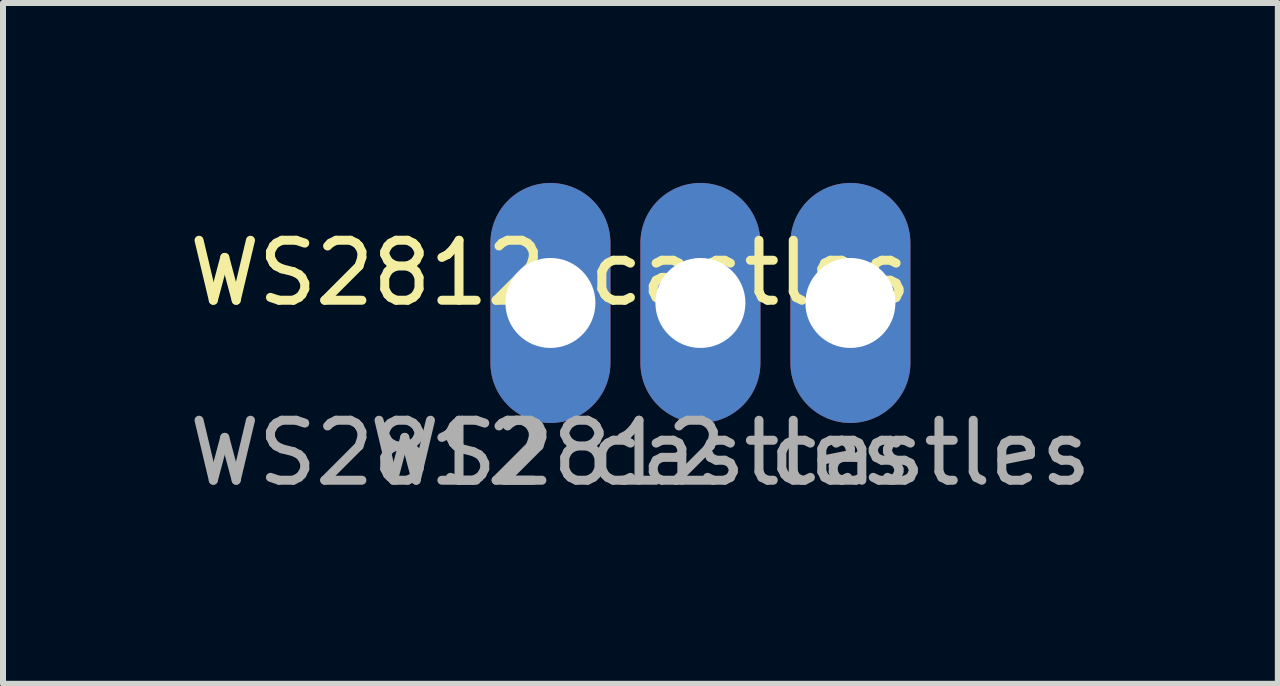
<source format=kicad_pcb>
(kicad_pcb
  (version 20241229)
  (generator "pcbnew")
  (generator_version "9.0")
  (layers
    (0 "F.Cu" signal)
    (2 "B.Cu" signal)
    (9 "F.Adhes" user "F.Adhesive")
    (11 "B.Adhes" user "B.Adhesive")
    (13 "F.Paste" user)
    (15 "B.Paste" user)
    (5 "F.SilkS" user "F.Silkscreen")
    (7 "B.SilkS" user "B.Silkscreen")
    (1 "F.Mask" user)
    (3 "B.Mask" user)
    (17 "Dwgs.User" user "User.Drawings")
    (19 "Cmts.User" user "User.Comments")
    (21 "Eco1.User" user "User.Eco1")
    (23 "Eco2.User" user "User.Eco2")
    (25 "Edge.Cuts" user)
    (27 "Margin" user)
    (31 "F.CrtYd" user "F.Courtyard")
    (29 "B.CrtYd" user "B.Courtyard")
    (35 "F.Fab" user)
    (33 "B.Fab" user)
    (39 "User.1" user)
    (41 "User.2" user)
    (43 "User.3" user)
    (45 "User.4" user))
  (footprint "WS2812 castles"
    (layer "F.Cu")
    (at 6.125 2)
    (property "Reference" "WS2812 castles" (at 0 -0.5 0) (unlocked yes) (layer "F.SilkS") (effects (font (size 1 1) (thickness 0.15))))
    (attr through_hole)
    (fp_text user "${REFERENCE}" (at 0 2.5 0) (unlocked yes) (layer "F.Fab") (effects (font (size 1 1) (thickness 0.15))))
    (fp_text user "${REFERENCE}" (at 3 2.5 0) (unlocked yes) (layer "F.Fab") (effects (font (size 1 1) (thickness 0.15))))
    (pad "1" thru_hole oval (at 0 0) (size 2 4) (drill 1.5) (layers "*.Cu" "*.Mask" "B.Paste"))
    (pad "2" thru_hole oval (at 2.5 0) (size 2 4) (drill 1.5) (layers "*.Cu" "*.Mask"))
    (pad "3" thru_hole oval (at 5 0) (size 2 4) (drill 1.5) (layers "*.Cu" "*.Mask")))
  (gr_rect
    (start -3 -3)
    (end 18.25 8.348)
    (stroke (width 0.1) (type default))
    (fill no)
    (layer "Edge.Cuts")))
</source>
